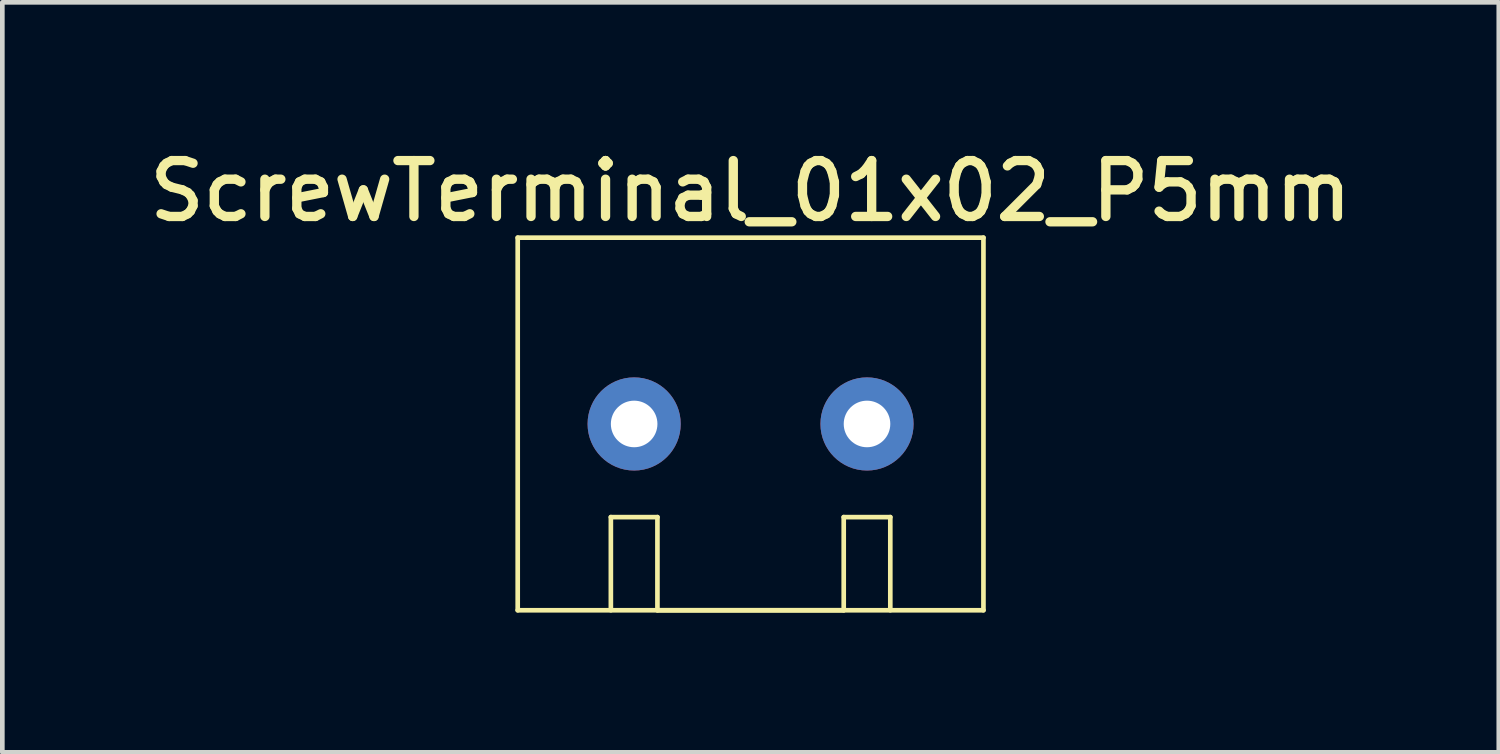
<source format=kicad_pcb>
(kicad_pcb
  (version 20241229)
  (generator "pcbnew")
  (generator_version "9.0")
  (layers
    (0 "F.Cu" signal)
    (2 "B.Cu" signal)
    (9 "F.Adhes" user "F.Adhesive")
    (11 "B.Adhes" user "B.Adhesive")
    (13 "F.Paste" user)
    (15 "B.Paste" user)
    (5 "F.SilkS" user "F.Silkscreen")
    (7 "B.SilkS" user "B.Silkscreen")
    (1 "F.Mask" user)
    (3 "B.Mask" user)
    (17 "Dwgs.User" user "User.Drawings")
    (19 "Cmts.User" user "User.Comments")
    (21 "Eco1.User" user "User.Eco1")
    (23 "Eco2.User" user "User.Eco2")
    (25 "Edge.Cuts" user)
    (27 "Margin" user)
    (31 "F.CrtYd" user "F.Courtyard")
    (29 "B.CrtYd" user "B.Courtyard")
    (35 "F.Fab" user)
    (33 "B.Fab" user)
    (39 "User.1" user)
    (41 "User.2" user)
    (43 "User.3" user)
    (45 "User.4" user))
  (footprint "ScrewTerminal_01x02_P5mm"
    (layer "F.Cu")
    (at 13.066 6.053)
    (property "Reference" "ScrewTerminal_01x02_P5mm" (at 0 -5 0) (unlocked yes) (layer "F.SilkS") (effects (font (size 1.2 1.2) (thickness 0.2) (bold yes))))
    (attr through_hole)
    (fp_line (start -5 4) (end -5 -4) (stroke (width 0.1) (type default)) (layer "F.SilkS"))
    (fp_line (start -3 2) (end -2 2) (stroke (width 0.1) (type default)) (layer "F.SilkS"))
    (fp_line (start -3 4) (end -3 2) (stroke (width 0.1) (type default)) (layer "F.SilkS"))
    (fp_line (start -2 2) (end -2 4) (stroke (width 0.1) (type default)) (layer "F.SilkS"))
    (fp_line (start -2 4) (end 2 4) (stroke (width 0.1) (type default)) (layer "F.SilkS"))
    (fp_line (start 2 2) (end 3 2) (stroke (width 0.1) (type default)) (layer "F.SilkS"))
    (fp_line (start 2 4) (end 2 2) (stroke (width 0.1) (type default)) (layer "F.SilkS"))
    (fp_line (start 3 2) (end 3 4) (stroke (width 0.1) (type default)) (layer "F.SilkS"))
    (fp_line (start 5 -4) (end 5 4) (stroke (width 0.1) (type default)) (layer "F.SilkS"))
    (fp_line (start 5 4) (end -5 4) (stroke (width 0.1) (type default)) (layer "F.SilkS"))
    (fp_rect (start -5 -4) (end 5 -4) (stroke (width 0.1) (type default)) (fill no) (layer "F.SilkS"))
    (pad "1" thru_hole circle (at -2.5 0) (size 2 2) (drill 1) (layers "*.Cu" "*.Mask"))
    (pad "2" thru_hole circle (at 2.5 0) (size 2 2) (drill 1) (layers "*.Cu" "*.Mask")))
  (gr_rect
    (start -3 -3)
    (end 29.131 13.103)
    (stroke (width 0.1) (type default))
    (fill no)
    (layer "Edge.Cuts")))
</source>
